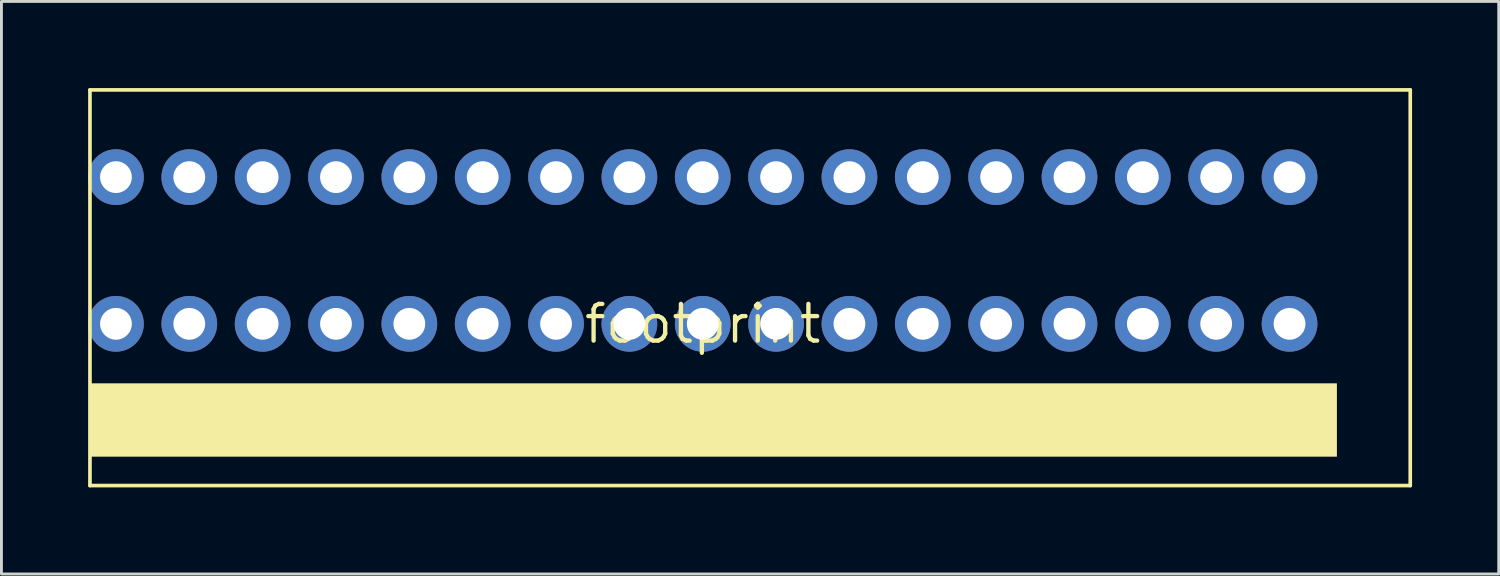
<source format=kicad_pcb>
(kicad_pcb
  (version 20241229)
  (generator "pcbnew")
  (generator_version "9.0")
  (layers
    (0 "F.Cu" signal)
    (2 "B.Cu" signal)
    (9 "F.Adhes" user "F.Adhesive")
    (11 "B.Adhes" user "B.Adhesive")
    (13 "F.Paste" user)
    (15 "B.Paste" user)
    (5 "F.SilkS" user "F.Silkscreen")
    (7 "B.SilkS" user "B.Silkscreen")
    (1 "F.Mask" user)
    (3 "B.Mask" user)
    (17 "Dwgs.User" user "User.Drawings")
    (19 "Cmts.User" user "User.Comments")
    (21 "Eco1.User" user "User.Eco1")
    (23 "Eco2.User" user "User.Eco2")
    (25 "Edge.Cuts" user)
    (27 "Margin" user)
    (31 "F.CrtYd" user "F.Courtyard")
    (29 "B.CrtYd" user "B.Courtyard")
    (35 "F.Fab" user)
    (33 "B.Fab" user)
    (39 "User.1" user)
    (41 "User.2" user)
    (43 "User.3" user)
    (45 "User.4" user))
  (footprint "footprint"
    (layer "F.Cu")
    (at 21.285 8.164)
    (property "Reference" "footprint" (at 0 0 0) (layer "F.SilkS") (effects (font (size 1.27 1.27) (thickness 0.15))))
    (fp_line (start -21.22 -8.1) (end 24.5 -8.1) (stroke (width 0.127) (type solid)) (layer "F.SilkS"))
    (fp_line (start -21.22 5.6) (end -21.22 -8.1) (stroke (width 0.127) (type solid)) (layer "F.SilkS"))
    (fp_line (start 24.5 -8.1) (end 24.5 5.6) (stroke (width 0.127) (type solid)) (layer "F.SilkS"))
    (fp_line (start 24.5 5.6) (end -21.22 5.6) (stroke (width 0.127) (type solid)) (layer "F.SilkS"))
    (fp_poly (pts (xy -21.22 4.6) (xy 21.96 4.6) (xy 21.96 2.06) (xy -21.22 2.06)) (stroke (width 0) (type solid)) (fill yes) (layer "F.SilkS"))
    (pad "1" thru_hole circle (at -20.32 -5.08) (size 1.93 1.93) (drill 1.1) (layers "*.Cu" "*.Mask"))
    (pad "1'" thru_hole circle (at -20.32 0) (size 1.93 1.93) (drill 1.1) (layers "*.Cu" "*.Mask"))
    (pad "2" thru_hole circle (at -17.78 -5.08) (size 1.93 1.93) (drill 1.1) (layers "*.Cu" "*.Mask"))
    (pad "2'" thru_hole circle (at -17.78 0) (size 1.93 1.93) (drill 1.1) (layers "*.Cu" "*.Mask"))
    (pad "3" thru_hole circle (at -15.24 -5.08) (size 1.93 1.93) (drill 1.1) (layers "*.Cu" "*.Mask"))
    (pad "3'" thru_hole circle (at -15.24 0) (size 1.93 1.93) (drill 1.1) (layers "*.Cu" "*.Mask"))
    (pad "4" thru_hole circle (at -12.7 -5.08) (size 1.93 1.93) (drill 1.1) (layers "*.Cu" "*.Mask"))
    (pad "4'" thru_hole circle (at -12.7 0) (size 1.93 1.93) (drill 1.1) (layers "*.Cu" "*.Mask"))
    (pad "5" thru_hole circle (at -10.16 -5.08) (size 1.93 1.93) (drill 1.1) (layers "*.Cu" "*.Mask"))
    (pad "5'" thru_hole circle (at -10.16 0) (size 1.93 1.93) (drill 1.1) (layers "*.Cu" "*.Mask"))
    (pad "6" thru_hole circle (at -7.62 -5.08) (size 1.93 1.93) (drill 1.1) (layers "*.Cu" "*.Mask"))
    (pad "6'" thru_hole circle (at -7.62 0) (size 1.93 1.93) (drill 1.1) (layers "*.Cu" "*.Mask"))
    (pad "7" thru_hole circle (at -5.08 -5.08) (size 1.93 1.93) (drill 1.1) (layers "*.Cu" "*.Mask"))
    (pad "7'" thru_hole circle (at -5.08 0) (size 1.93 1.93) (drill 1.1) (layers "*.Cu" "*.Mask"))
    (pad "8" thru_hole circle (at -2.54 -5.08) (size 1.93 1.93) (drill 1.1) (layers "*.Cu" "*.Mask"))
    (pad "8'" thru_hole circle (at -2.54 0) (size 1.93 1.93) (drill 1.1) (layers "*.Cu" "*.Mask"))
    (pad "9" thru_hole circle (at 0 -5.08) (size 1.93 1.93) (drill 1.1) (layers "*.Cu" "*.Mask"))
    (pad "9'" thru_hole circle (at 0 0) (size 1.93 1.93) (drill 1.1) (layers "*.Cu" "*.Mask"))
    (pad "10" thru_hole circle (at 2.54 -5.08) (size 1.93 1.93) (drill 1.1) (layers "*.Cu" "*.Mask"))
    (pad "10'" thru_hole circle (at 2.54 0) (size 1.93 1.93) (drill 1.1) (layers "*.Cu" "*.Mask"))
    (pad "11" thru_hole circle (at 5.08 -5.08) (size 1.93 1.93) (drill 1.1) (layers "*.Cu" "*.Mask"))
    (pad "11'" thru_hole circle (at 5.08 0) (size 1.93 1.93) (drill 1.1) (layers "*.Cu" "*.Mask"))
    (pad "12" thru_hole circle (at 7.62 -5.08) (size 1.93 1.93) (drill 1.1) (layers "*.Cu" "*.Mask"))
    (pad "12'" thru_hole circle (at 7.62 0) (size 1.93 1.93) (drill 1.1) (layers "*.Cu" "*.Mask"))
    (pad "13" thru_hole circle (at 10.16 -5.08) (size 1.93 1.93) (drill 1.1) (layers "*.Cu" "*.Mask"))
    (pad "13'" thru_hole circle (at 10.16 0) (size 1.93 1.93) (drill 1.1) (layers "*.Cu" "*.Mask"))
    (pad "14" thru_hole circle (at 12.7 -5.08) (size 1.93 1.93) (drill 1.1) (layers "*.Cu" "*.Mask"))
    (pad "14'" thru_hole circle (at 12.7 0) (size 1.93 1.93) (drill 1.1) (layers "*.Cu" "*.Mask"))
    (pad "15" thru_hole circle (at 15.24 -5.08) (size 1.93 1.93) (drill 1.1) (layers "*.Cu" "*.Mask"))
    (pad "15'" thru_hole circle (at 15.24 0) (size 1.93 1.93) (drill 1.1) (layers "*.Cu" "*.Mask"))
    (pad "16" thru_hole circle (at 17.78 -5.08) (size 1.93 1.93) (drill 1.1) (layers "*.Cu" "*.Mask"))
    (pad "16'" thru_hole circle (at 17.78 0) (size 1.93 1.93) (drill 1.1) (layers "*.Cu" "*.Mask"))
    (pad "17" thru_hole circle (at 20.32 -5.08) (size 1.93 1.93) (drill 1.1) (layers "*.Cu" "*.Mask"))
    (pad "17'" thru_hole circle (at 20.32 0) (size 1.93 1.93) (drill 1.1) (layers "*.Cu" "*.Mask")))
  (gr_rect
    (start -3 -3)
    (end 48.849 16.827)
    (stroke (width 0.1) (type default))
    (fill no)
    (layer "Edge.Cuts")))
</source>
